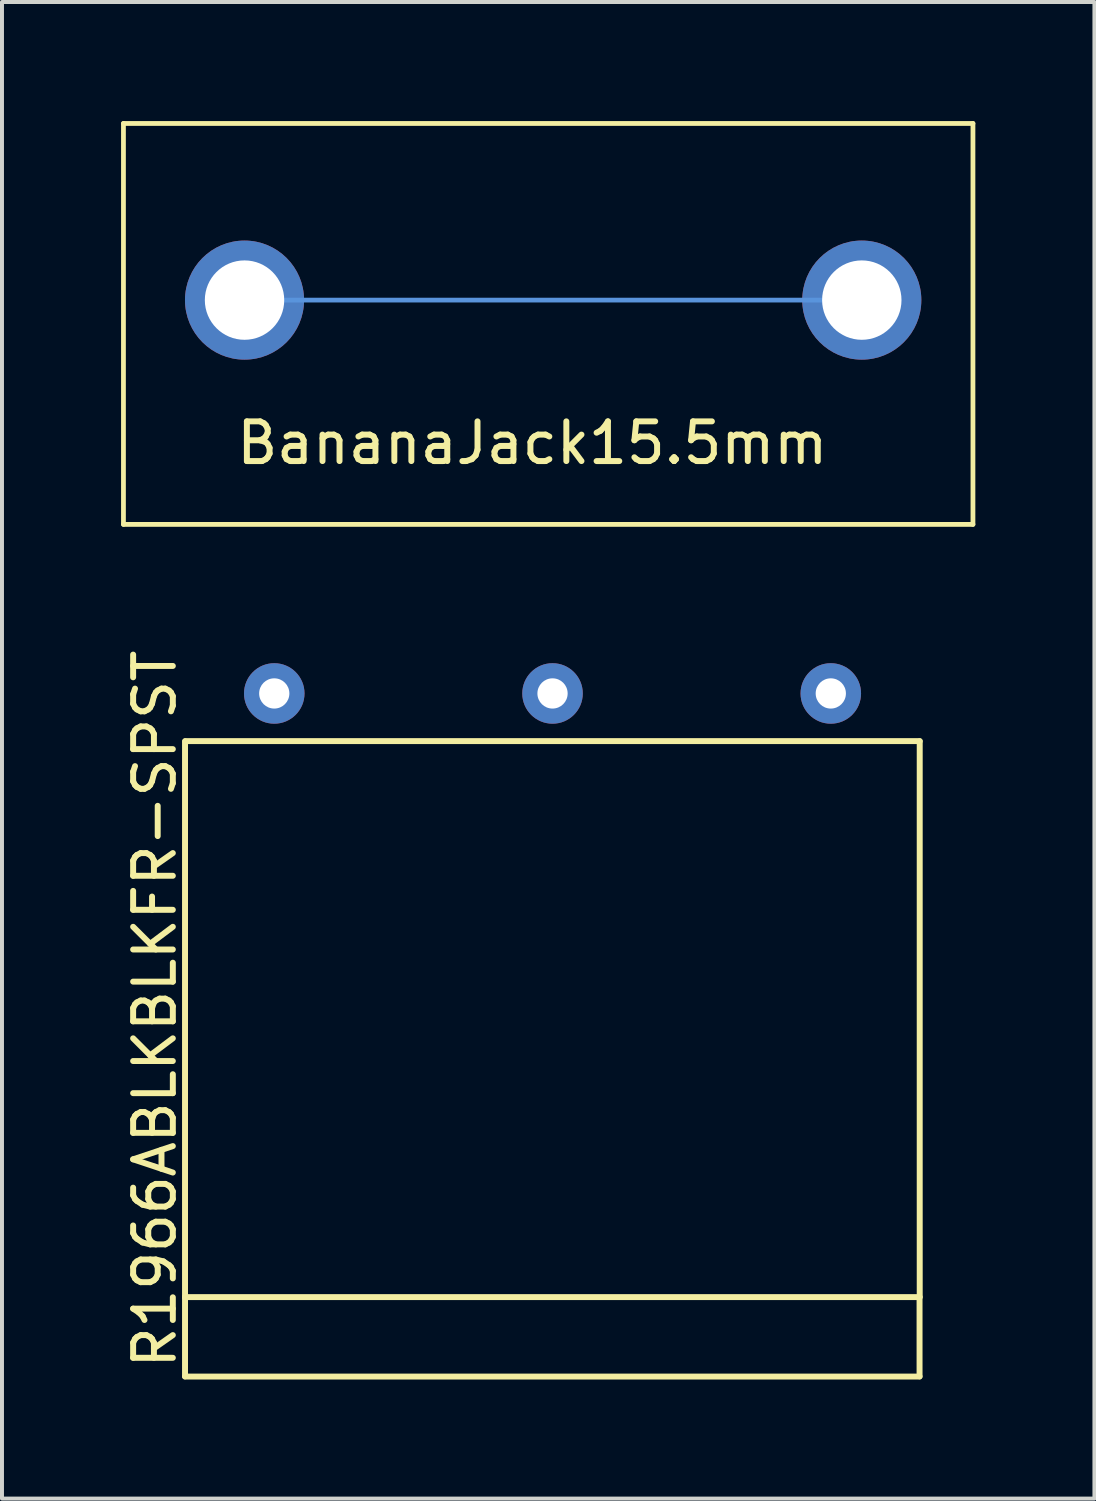
<source format=kicad_pcb>
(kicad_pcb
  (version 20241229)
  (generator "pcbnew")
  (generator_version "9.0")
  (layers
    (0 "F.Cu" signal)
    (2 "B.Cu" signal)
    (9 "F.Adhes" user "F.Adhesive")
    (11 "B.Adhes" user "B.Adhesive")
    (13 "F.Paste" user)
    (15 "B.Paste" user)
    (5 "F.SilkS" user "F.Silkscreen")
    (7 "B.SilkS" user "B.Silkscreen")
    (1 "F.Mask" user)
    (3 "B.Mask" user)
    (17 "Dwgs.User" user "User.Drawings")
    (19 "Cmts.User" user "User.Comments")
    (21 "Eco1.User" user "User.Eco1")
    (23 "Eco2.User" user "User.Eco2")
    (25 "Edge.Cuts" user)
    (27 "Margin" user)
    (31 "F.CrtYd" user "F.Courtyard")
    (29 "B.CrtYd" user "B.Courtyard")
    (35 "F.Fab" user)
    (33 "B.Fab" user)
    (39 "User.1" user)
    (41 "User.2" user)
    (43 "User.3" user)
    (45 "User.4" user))
  (footprint "BananaJack15.5mm"
    (layer "F.Cu")
    (at 10.36 4.51)
    (property "Reference" "BananaJack15.5mm" (at 0 3.6 0) (layer "F.SilkS") (effects (font (size 1 1) (thickness 0.15))))
    (attr through_hole)
    (fp_line (start -10.3 -4.45) (end 11.1 -4.45) (stroke (width 0.12) (type solid)) (layer "F.SilkS"))
    (fp_line (start -10.3 5.65) (end -10.3 -4.45) (stroke (width 0.12) (type solid)) (layer "F.SilkS"))
    (fp_line (start -10.3 5.65) (end 11.1 5.65) (stroke (width 0.12) (type solid)) (layer "F.SilkS"))
    (fp_line (start 11.1 5.65) (end 11.1 -4.45) (stroke (width 0.12) (type solid)) (layer "F.SilkS"))
    (fp_line (start -7.3 0) (end 8.25 0) (stroke (width 0.12) (type solid)) (layer "Cmts.User"))
    (pad "1" thru_hole circle (at -7.25 0) (size 3 3) (drill 2) (layers "*.Cu" "*.Mask"))
    (pad "2" thru_hole circle (at 8.3 0) (size 3 3) (drill 2) (layers "*.Cu" "*.Mask")))
  (footprint "R1966ABLKBLKFR-SPST"
    (layer "F.Cu")
    (at 10.869 14.419)
    (property "Reference" "R1966ABLKBLKFR-SPST" (at -10.02 7.95 270) (layer "F.SilkS") (effects (font (size 1 1) (thickness 0.15))))
    (attr through_hole)
    (fp_line (start -9.258 1.206) (end -9.258 15.207) (stroke (width 0.15) (type solid)) (layer "F.SilkS"))
    (fp_line (start -9.258 15.202) (end -9.258 17.202) (stroke (width 0.15) (type solid)) (layer "F.SilkS"))
    (fp_line (start -9.258 15.207) (end 9.242 15.207) (stroke (width 0.15) (type solid)) (layer "F.SilkS"))
    (fp_line (start -9.258 17.209) (end 9.246 17.209) (stroke (width 0.15) (type solid)) (layer "F.SilkS"))
    (fp_line (start -9.25 1.2) (end 9.25 1.2) (stroke (width 0.15) (type solid)) (layer "F.SilkS"))
    (fp_line (start 9.246 15.202) (end 9.246 17.202) (stroke (width 0.15) (type solid)) (layer "F.SilkS"))
    (fp_line (start 9.25 1.206) (end 9.25 15.207) (stroke (width 0.15) (type solid)) (layer "F.SilkS"))
    (pad "1" thru_hole circle (at -7.01 0) (size 1.524 1.524) (drill 0.762) (layers "*.Cu" "*.Mask"))
    (pad "2" thru_hole circle (at 0 0) (size 1.524 1.524) (drill 0.762) (layers "*.Cu" "*.Mask"))
    (pad "3" thru_hole circle (at 7.01 0) (size 1.524 1.524) (drill 0.762) (layers "*.Cu" "*.Mask")))
  (gr_rect
    (start -3 -3)
    (end 24.52 34.702)
    (stroke (width 0.1) (type default))
    (fill no)
    (layer "Edge.Cuts")))
</source>
